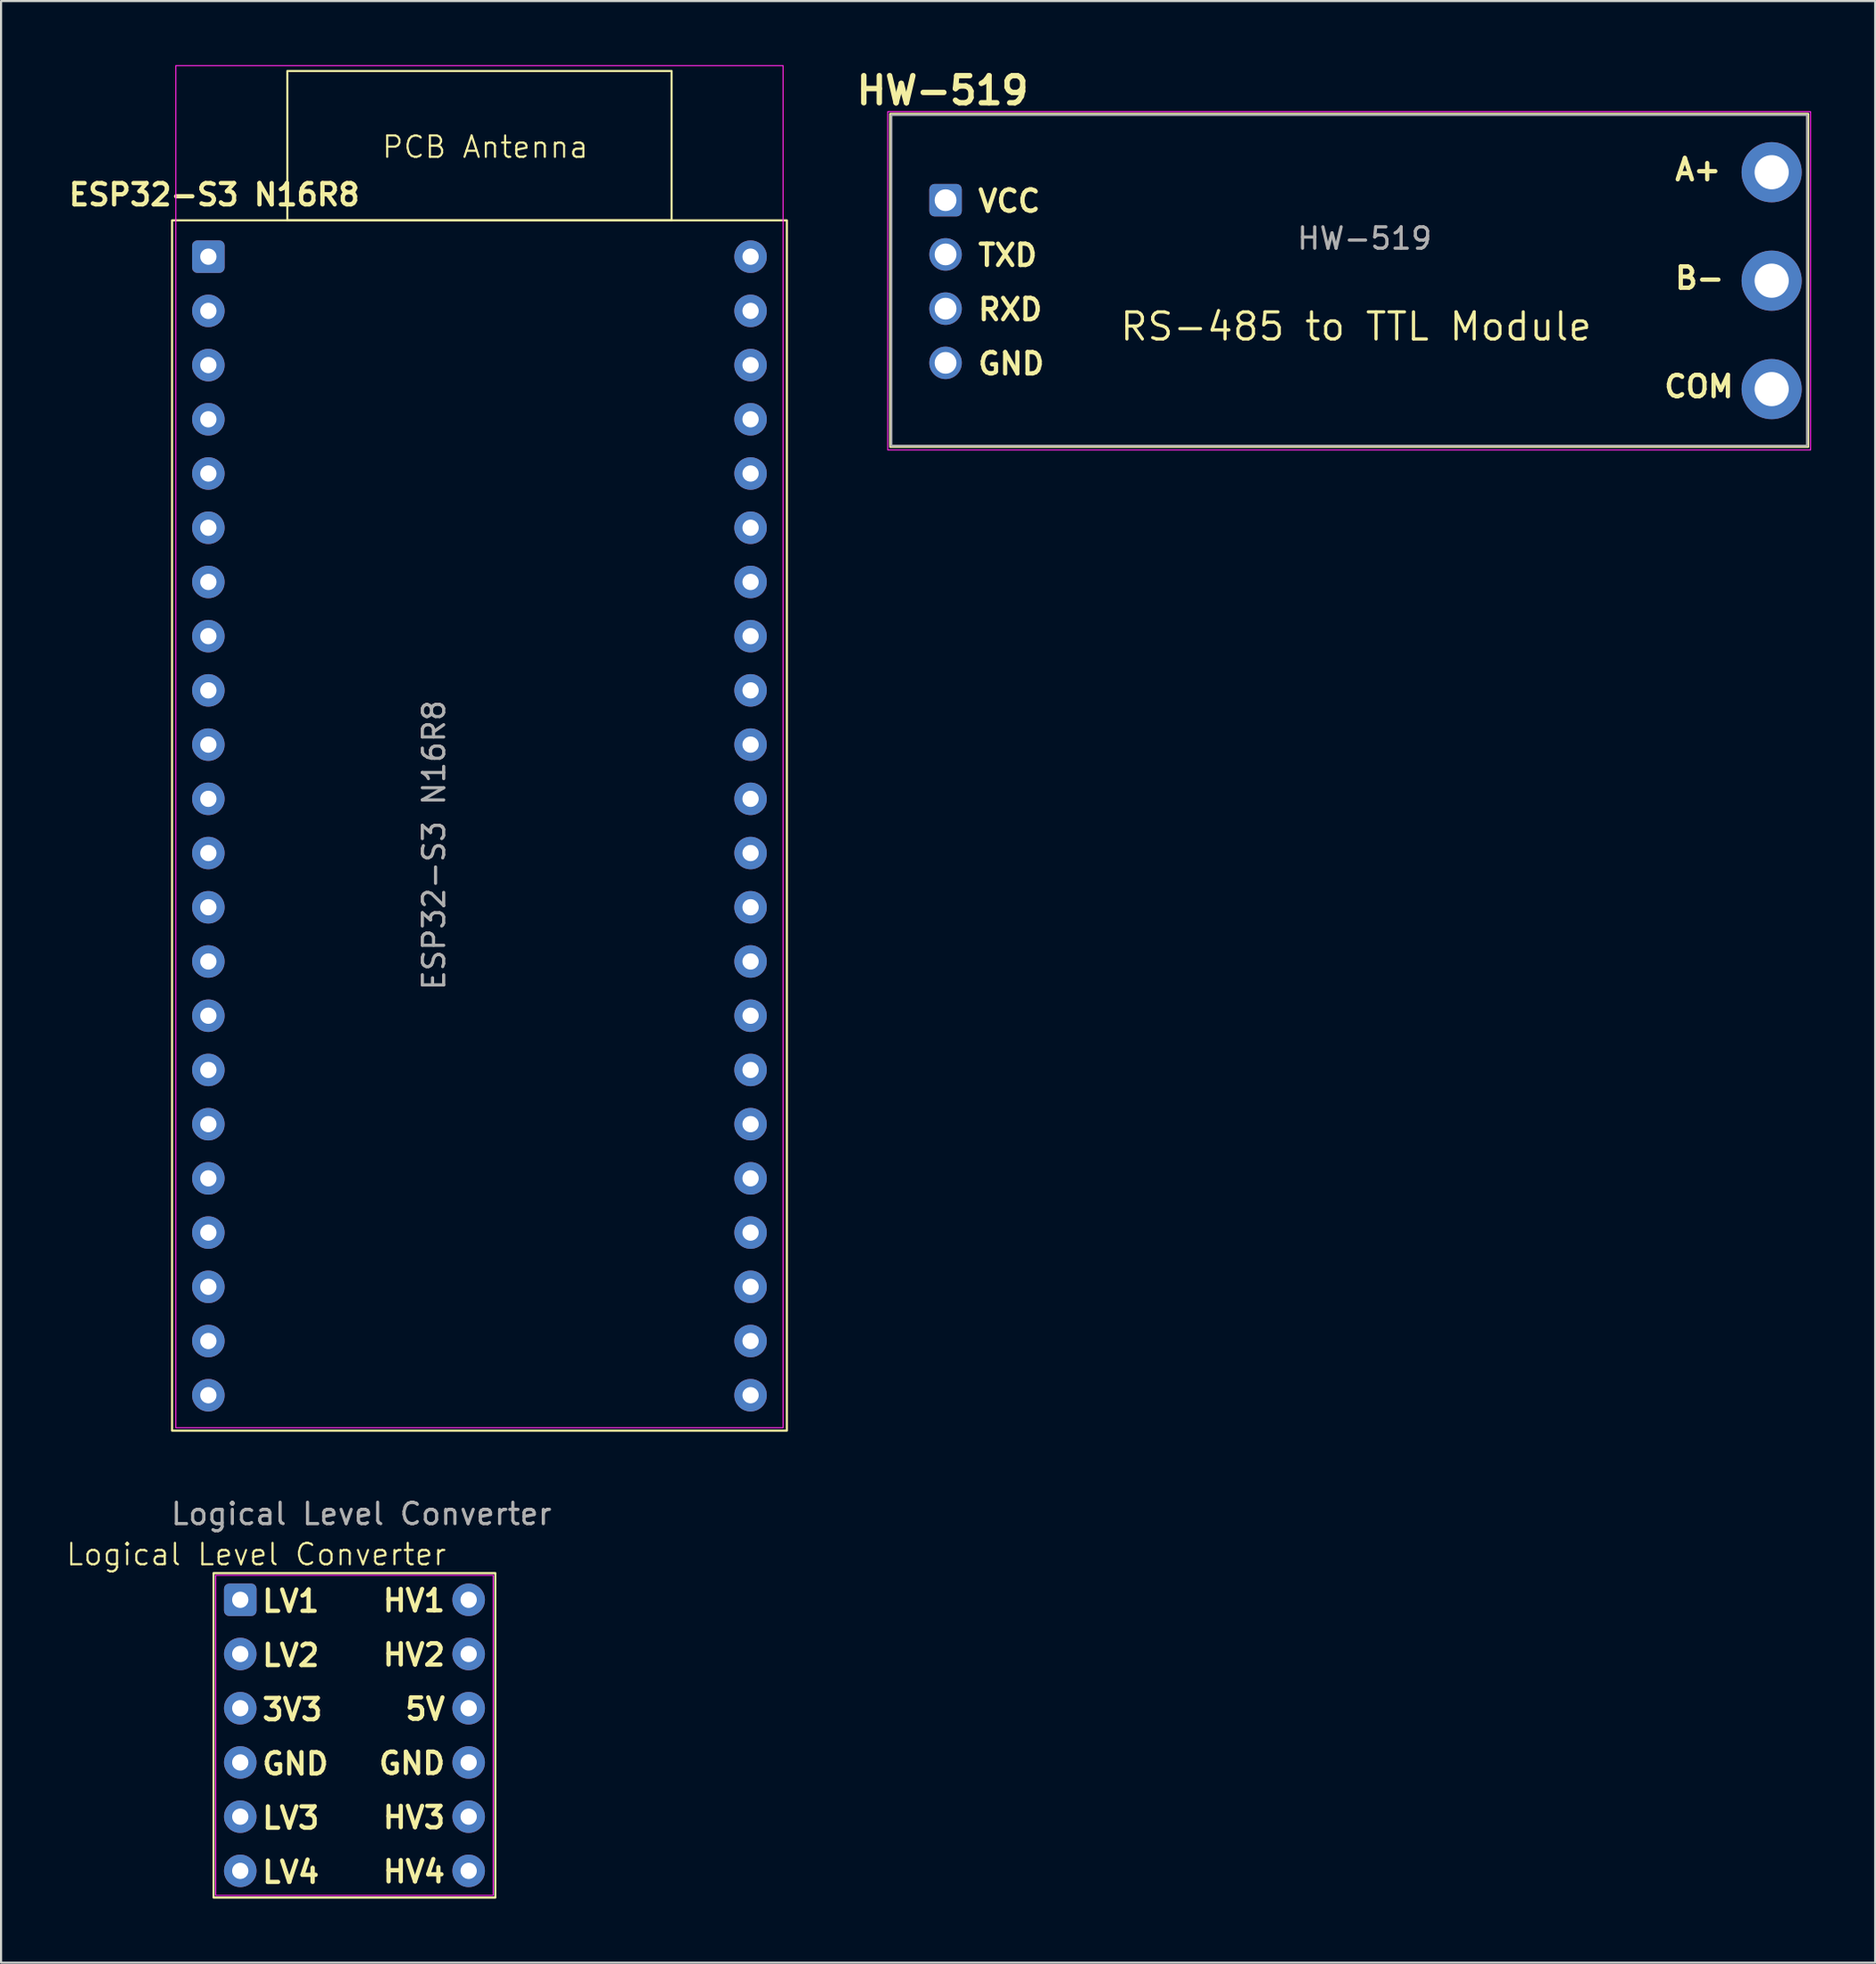
<source format=kicad_pcb>
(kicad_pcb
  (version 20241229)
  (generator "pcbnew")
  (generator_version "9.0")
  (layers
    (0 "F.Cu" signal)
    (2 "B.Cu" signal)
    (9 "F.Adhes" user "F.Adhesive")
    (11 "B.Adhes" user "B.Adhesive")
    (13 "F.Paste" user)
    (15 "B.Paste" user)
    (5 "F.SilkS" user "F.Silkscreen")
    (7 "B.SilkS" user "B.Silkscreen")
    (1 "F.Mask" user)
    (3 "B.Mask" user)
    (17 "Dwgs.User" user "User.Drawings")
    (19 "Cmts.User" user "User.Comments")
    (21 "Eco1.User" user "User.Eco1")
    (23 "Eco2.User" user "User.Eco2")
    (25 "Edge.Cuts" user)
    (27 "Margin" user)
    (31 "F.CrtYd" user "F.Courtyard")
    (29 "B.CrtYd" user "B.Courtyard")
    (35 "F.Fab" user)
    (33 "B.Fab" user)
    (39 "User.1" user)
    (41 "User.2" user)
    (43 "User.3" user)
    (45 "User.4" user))
  (footprint "HW-519"
    (layer "F.Cu")
    (at 41.246 6.329)
    (property "Reference" "HW-519" (at -0.14 -5.14 0) (unlocked yes) (layer "F.SilkS") (effects (font (size 1.27 1.27) (thickness 0.254) (bold yes))))
    (property "Description" "RS-485 to TTL Module" (at 19.23 5.92 0) (unlocked yes) (layer "F.SilkS") (effects (font (size 1.27 1.27) (thickness 0.15))))
    (attr through_hole)
    (fp_rect (start -2.591 -4.047) (end 40.411 11.555) (stroke (width 0.1) (type default)) (fill no) (layer "F.SilkS"))
    (fp_rect (start -2.707 -4.148) (end 40.524 11.701) (stroke (width 0.05) (type default)) (fill no) (layer "F.CrtYd"))
    (fp_rect (start -2.54 -3.996) (end 40.36 11.504) (stroke (width 0.1) (type default)) (fill no) (layer "F.Fab"))
    (fp_text user "COM" (at 33.564 9.314 0) (unlocked yes) (layer "F.SilkS") (effects (font (size 1 1) (thickness 0.2) (bold yes)) (justify left bottom)))
    (fp_text user "GND" (at 1.422 8.247 0) (unlocked yes) (layer "F.SilkS") (effects (font (size 1 1) (thickness 0.2) (bold yes)) (justify left bottom)))
    (fp_text user "B-" (at 34.072 4.234 0) (unlocked yes) (layer "F.SilkS") (effects (font (size 1 1) (thickness 0.2) (bold yes)) (justify left bottom)))
    (fp_text user "TXD" (at 1.422 3.167 0) (unlocked yes) (layer "F.SilkS") (effects (font (size 1 1) (thickness 0.2) (bold yes)) (justify left bottom)))
    (fp_text user "A+" (at 34.072 -0.846 0) (unlocked yes) (layer "F.SilkS") (effects (font (size 1 1) (thickness 0.2) (bold yes)) (justify left bottom)))
    (fp_text user "RXD" (at 1.422 5.707 0) (unlocked yes) (layer "F.SilkS") (effects (font (size 1 1) (thickness 0.2) (bold yes)) (justify left bottom)))
    (fp_text user "VCC" (at 1.422 0.627 0) (unlocked yes) (layer "F.SilkS") (effects (font (size 1 1) (thickness 0.2) (bold yes)) (justify left bottom)))
    (fp_text user "${REFERENCE}" (at 19.628 1.793 0) (unlocked yes) (layer "F.Fab") (effects (font (size 1 1) (thickness 0.15))))
    (pad "1" thru_hole roundrect (at 0 0) (size 1.524 1.524) (drill 1.02) (layers "*.Cu" "*.Mask") (roundrect_rratio 0.164))
    (pad "2" thru_hole circle (at 0 2.54) (size 1.524 1.524) (drill 1.02) (layers "*.Cu" "*.Mask"))
    (pad "3" thru_hole circle (at 0 5.08) (size 1.524 1.524) (drill 1.02) (layers "*.Cu" "*.Mask"))
    (pad "4" thru_hole circle (at 0 7.62) (size 1.524 1.524) (drill 1.02) (layers "*.Cu" "*.Mask"))
    (pad "5" thru_hole circle (at 38.7 -1.31) (size 2.82 2.82) (drill 1.6) (layers "*.Cu" "*.Mask"))
    (pad "6" thru_hole circle (at 38.7 3.77) (size 2.82 2.82) (drill 1.6) (layers "*.Cu" "*.Mask"))
    (pad "7" thru_hole circle (at 38.7 8.85) (size 2.82 2.82) (drill 1.6) (layers "*.Cu" "*.Mask")))
  (footprint "Logical Level Converter"
    (layer "F.Cu")
    (at 8.205 71.897)
    (property "Reference" "Logical Level Converter" (at 0.75 -2.125 0) (unlocked yes) (layer "F.SilkS") (effects (font (size 1 1) (thickness 0.1))))
    (attr through_hole)
    (fp_rect (start -1.25 -1.25) (end 11.95 13.95) (stroke (width 0.1) (type default)) (fill no) (layer "F.SilkS"))
    (fp_rect (start -1.15 -1.15) (end 11.85 13.85) (stroke (width 0.05) (type solid)) (fill no) (layer "F.CrtYd"))
    (fp_text user "3V3" (at 0.925 5.73 0) (unlocked yes) (layer "F.SilkS") (effects (font (size 1 1) (thickness 0.2) (bold yes)) (justify left bottom)))
    (fp_text user "LV4" (at 0.925 13.35 0) (unlocked yes) (layer "F.SilkS") (effects (font (size 1 1) (thickness 0.2) (bold yes)) (justify left bottom)))
    (fp_text user "GND" (at 0.925 8.27 0) (unlocked yes) (layer "F.SilkS") (effects (font (size 1 1) (thickness 0.2) (bold yes)) (justify left bottom)))
    (fp_text user "HV2" (at 9.7 3.165 0) (unlocked yes) (layer "F.SilkS") (effects (font (size 1 1) (thickness 0.2) (bold yes)) (justify right bottom)))
    (fp_text user "LV2" (at 0.925 3.19 0) (unlocked yes) (layer "F.SilkS") (effects (font (size 1 1) (thickness 0.2) (bold yes)) (justify left bottom)))
    (fp_text user "HV3" (at 9.7 10.785 0) (unlocked yes) (layer "F.SilkS") (effects (font (size 1 1) (thickness 0.2) (bold yes)) (justify right bottom)))
    (fp_text user "LV3" (at 0.925 10.81 0) (unlocked yes) (layer "F.SilkS") (effects (font (size 1 1) (thickness 0.2) (bold yes)) (justify left bottom)))
    (fp_text user "HV1" (at 9.7 0.625 0) (unlocked yes) (layer "F.SilkS") (effects (font (size 1 1) (thickness 0.2) (bold yes)) (justify right bottom)))
    (fp_text user "HV4" (at 9.7 13.325 0) (unlocked yes) (layer "F.SilkS") (effects (font (size 1 1) (thickness 0.2) (bold yes)) (justify right bottom)))
    (fp_text user "LV1" (at 0.925 0.65 0) (unlocked yes) (layer "F.SilkS") (effects (font (size 1 1) (thickness 0.2) (bold yes)) (justify left bottom)))
    (fp_text user "GND" (at 9.7 8.245 0) (unlocked yes) (layer "F.SilkS") (effects (font (size 1 1) (thickness 0.2) (bold yes)) (justify right bottom)))
    (fp_text user "5V" (at 9.7 5.705 0) (unlocked yes) (layer "F.SilkS") (effects (font (size 1 1) (thickness 0.2) (bold yes)) (justify right bottom)))
    (fp_text user "${REFERENCE}" (at 5.675 -4.025 0) (unlocked yes) (layer "F.Fab") (effects (font (size 1 1) (thickness 0.15))))
    (pad "1" thru_hole roundrect (at 0 0) (size 1.524 1.524) (drill 0.762) (layers "*.Cu" "*.Mask") (roundrect_rratio 0.164))
    (pad "2" thru_hole circle (at 0 2.54) (size 1.524 1.524) (drill 0.762) (layers "*.Cu" "*.Mask"))
    (pad "3" thru_hole circle (at 0 5.08) (size 1.524 1.524) (drill 0.762) (layers "*.Cu" "*.Mask"))
    (pad "4" thru_hole circle (at 0 7.62) (size 1.524 1.524) (drill 0.762) (layers "*.Cu" "*.Mask"))
    (pad "5" thru_hole circle (at 0 10.16) (size 1.524 1.524) (drill 0.762) (layers "*.Cu" "*.Mask"))
    (pad "6" thru_hole circle (at 0 12.7) (size 1.524 1.524) (drill 0.762) (layers "*.Cu" "*.Mask"))
    (pad "7" thru_hole circle (at 10.7 0) (size 1.524 1.524) (drill 0.762) (layers "*.Cu" "*.Mask"))
    (pad "8" thru_hole circle (at 10.7 2.54) (size 1.524 1.524) (drill 0.762) (layers "*.Cu" "*.Mask"))
    (pad "9" thru_hole circle (at 10.7 5.08) (size 1.524 1.524) (drill 0.762) (layers "*.Cu" "*.Mask"))
    (pad "10" thru_hole circle (at 10.7 7.62) (size 1.524 1.524) (drill 0.762) (layers "*.Cu" "*.Mask"))
    (pad "11" thru_hole circle (at 10.7 10.16) (size 1.524 1.524) (drill 0.762) (layers "*.Cu" "*.Mask"))
    (pad "12" thru_hole circle (at 10.7 12.7) (size 1.524 1.524) (drill 0.762) (layers "*.Cu" "*.Mask")))
  (footprint "ESP32-S3 N16R8"
    (layer "F.Cu")
    (at 6.711 8.974)
    (property "Reference" "ESP32-S3 N16R8" (at 0.275 -2.9 0) (unlocked yes) (layer "F.SilkS") (effects (font (size 1 1) (thickness 0.2) (bold yes))))
    (attr through_hole)
    (fp_rect (start -1.7 -1.7) (end 27.1 55) (stroke (width 0.1) (type default)) (fill no) (layer "F.SilkS"))
    (fp_rect (start 3.7 -8.7) (end 21.7 -1.7) (stroke (width 0.1) (type default)) (fill no) (layer "F.SilkS"))
    (fp_rect (start -1.524 -8.949) (end 26.924 54.864) (stroke (width 0.05) (type default)) (fill no) (layer "F.CrtYd"))
    (fp_text user "PCB Antenna" (at 8.075 -4.55 0) (unlocked yes) (layer "F.SilkS") (effects (font (size 1 1) (thickness 0.1)) (justify left bottom)))
    (fp_text user "${REFERENCE}" (at 10.57 27.57 90) (unlocked yes) (layer "F.Fab") (effects (font (size 1 1) (thickness 0.15))))
    (pad "1" thru_hole roundrect (at 0 0) (size 1.524 1.524) (drill 0.762) (layers "*.Cu" "*.Mask") (roundrect_rratio 0.164))
    (pad "2" thru_hole circle (at 0 2.54) (size 1.524 1.524) (drill 0.762) (layers "*.Cu" "*.Mask"))
    (pad "3" thru_hole circle (at 0 5.08) (size 1.524 1.524) (drill 0.762) (layers "*.Cu" "*.Mask"))
    (pad "4" thru_hole circle (at 0 7.62) (size 1.524 1.524) (drill 0.762) (layers "*.Cu" "*.Mask"))
    (pad "5" thru_hole circle (at 0 10.16) (size 1.524 1.524) (drill 0.762) (layers "*.Cu" "*.Mask"))
    (pad "6" thru_hole circle (at 0 12.7) (size 1.524 1.524) (drill 0.762) (layers "*.Cu" "*.Mask"))
    (pad "7" thru_hole circle (at 0 15.24) (size 1.524 1.524) (drill 0.762) (layers "*.Cu" "*.Mask"))
    (pad "8" thru_hole circle (at 0 17.78) (size 1.524 1.524) (drill 0.762) (layers "*.Cu" "*.Mask"))
    (pad "9" thru_hole circle (at 0 20.32) (size 1.524 1.524) (drill 0.762) (layers "*.Cu" "*.Mask"))
    (pad "10" thru_hole circle (at 0 22.86) (size 1.524 1.524) (drill 0.762) (layers "*.Cu" "*.Mask"))
    (pad "11" thru_hole circle (at 0 25.4) (size 1.524 1.524) (drill 0.762) (layers "*.Cu" "*.Mask"))
    (pad "12" thru_hole circle (at 0 27.94) (size 1.524 1.524) (drill 0.762) (layers "*.Cu" "*.Mask"))
    (pad "13" thru_hole circle (at 0 30.48) (size 1.524 1.524) (drill 0.762) (layers "*.Cu" "*.Mask"))
    (pad "14" thru_hole circle (at 0 33.02) (size 1.524 1.524) (drill 0.762) (layers "*.Cu" "*.Mask"))
    (pad "15" thru_hole circle (at 0 35.56) (size 1.524 1.524) (drill 0.762) (layers "*.Cu" "*.Mask"))
    (pad "16" thru_hole circle (at 0 38.1) (size 1.524 1.524) (drill 0.762) (layers "*.Cu" "*.Mask"))
    (pad "17" thru_hole circle (at 0 40.64) (size 1.524 1.524) (drill 0.762) (layers "*.Cu" "*.Mask"))
    (pad "18" thru_hole circle (at 0 43.18) (size 1.524 1.524) (drill 0.762) (layers "*.Cu" "*.Mask"))
    (pad "19" thru_hole circle (at 0 45.72) (size 1.524 1.524) (drill 0.762) (layers "*.Cu" "*.Mask"))
    (pad "20" thru_hole circle (at 0 48.26) (size 1.524 1.524) (drill 0.762) (layers "*.Cu" "*.Mask"))
    (pad "21" thru_hole circle (at 0 50.8) (size 1.524 1.524) (drill 0.762) (layers "*.Cu" "*.Mask"))
    (pad "22" thru_hole circle (at 0 53.34) (size 1.524 1.524) (drill 0.762) (layers "*.Cu" "*.Mask"))
    (pad "23" thru_hole circle (at 25.4 0) (size 1.524 1.524) (drill 0.762) (layers "*.Cu" "*.Mask"))
    (pad "24" thru_hole circle (at 25.4 2.54) (size 1.524 1.524) (drill 0.762) (layers "*.Cu" "*.Mask"))
    (pad "25" thru_hole circle (at 25.4 5.08) (size 1.524 1.524) (drill 0.762) (layers "*.Cu" "*.Mask"))
    (pad "26" thru_hole circle (at 25.4 7.62) (size 1.524 1.524) (drill 0.762) (layers "*.Cu" "*.Mask"))
    (pad "27" thru_hole circle (at 25.4 10.16) (size 1.524 1.524) (drill 0.762) (layers "*.Cu" "*.Mask"))
    (pad "28" thru_hole circle (at 25.4 12.7) (size 1.524 1.524) (drill 0.762) (layers "*.Cu" "*.Mask"))
    (pad "29" thru_hole circle (at 25.4 15.24) (size 1.524 1.524) (drill 0.762) (layers "*.Cu" "*.Mask"))
    (pad "30" thru_hole circle (at 25.4 17.78) (size 1.524 1.524) (drill 0.762) (layers "*.Cu" "*.Mask"))
    (pad "31" thru_hole circle (at 25.4 20.32) (size 1.524 1.524) (drill 0.762) (layers "*.Cu" "*.Mask"))
    (pad "32" thru_hole circle (at 25.4 22.86) (size 1.524 1.524) (drill 0.762) (layers "*.Cu" "*.Mask"))
    (pad "33" thru_hole circle (at 25.4 25.4) (size 1.524 1.524) (drill 0.762) (layers "*.Cu" "*.Mask"))
    (pad "34" thru_hole circle (at 25.4 27.94) (size 1.524 1.524) (drill 0.762) (layers "*.Cu" "*.Mask"))
    (pad "35" thru_hole circle (at 25.4 30.48) (size 1.524 1.524) (drill 0.762) (layers "*.Cu" "*.Mask"))
    (pad "36" thru_hole circle (at 25.4 33.02) (size 1.524 1.524) (drill 0.762) (layers "*.Cu" "*.Mask"))
    (pad "37" thru_hole circle (at 25.4 35.56) (size 1.524 1.524) (drill 0.762) (layers "*.Cu" "*.Mask"))
    (pad "38" thru_hole circle (at 25.4 38.1) (size 1.524 1.524) (drill 0.762) (layers "*.Cu" "*.Mask"))
    (pad "39" thru_hole circle (at 25.4 40.64) (size 1.524 1.524) (drill 0.762) (layers "*.Cu" "*.Mask"))
    (pad "40" thru_hole circle (at 25.4 43.18) (size 1.524 1.524) (drill 0.762) (layers "*.Cu" "*.Mask"))
    (pad "41" thru_hole circle (at 25.4 45.72) (size 1.524 1.524) (drill 0.762) (layers "*.Cu" "*.Mask"))
    (pad "42" thru_hole circle (at 25.4 48.26) (size 1.524 1.524) (drill 0.762) (layers "*.Cu" "*.Mask"))
    (pad "43" thru_hole circle (at 25.4 50.8) (size 1.524 1.524) (drill 0.762) (layers "*.Cu" "*.Mask"))
    (pad "44" thru_hole circle (at 25.4 53.34) (size 1.524 1.524) (drill 0.762) (layers "*.Cu" "*.Mask")))
  (gr_rect
    (start -3 -3)
    (end 84.795 88.897)
    (stroke (width 0.1) (type default))
    (fill no)
    (layer "Edge.Cuts")))
</source>
